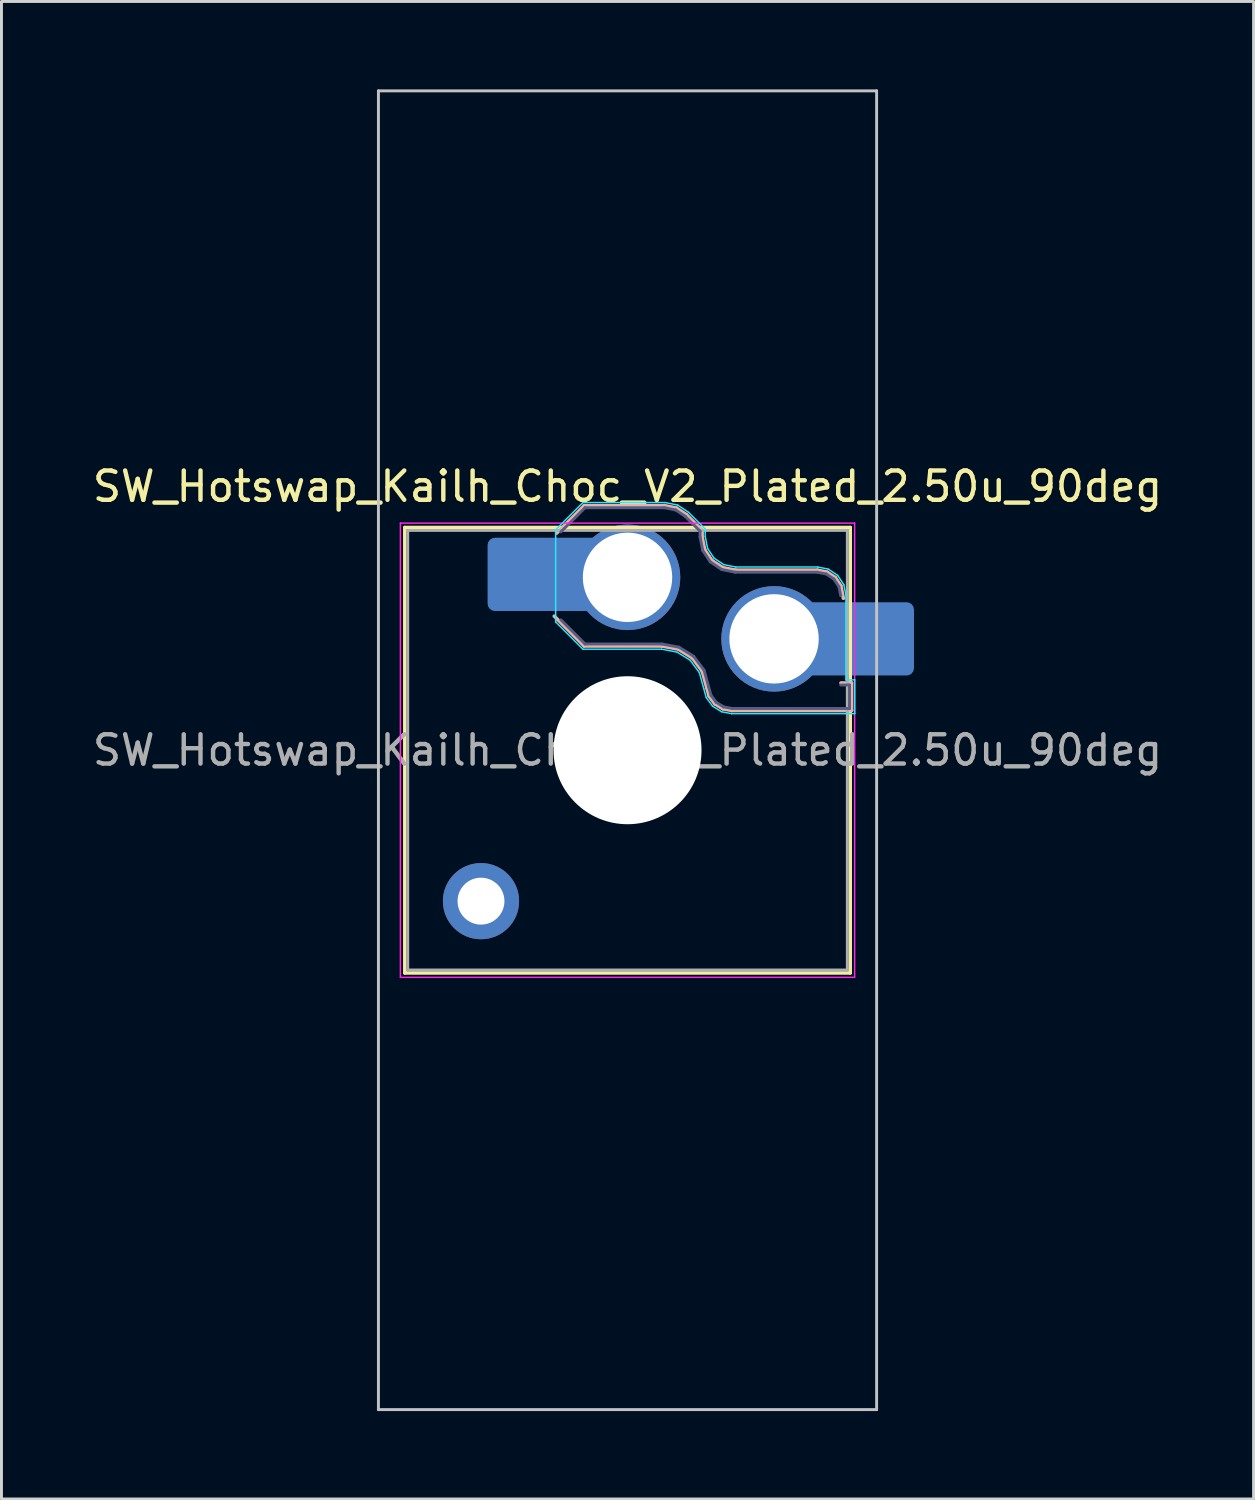
<source format=kicad_pcb>
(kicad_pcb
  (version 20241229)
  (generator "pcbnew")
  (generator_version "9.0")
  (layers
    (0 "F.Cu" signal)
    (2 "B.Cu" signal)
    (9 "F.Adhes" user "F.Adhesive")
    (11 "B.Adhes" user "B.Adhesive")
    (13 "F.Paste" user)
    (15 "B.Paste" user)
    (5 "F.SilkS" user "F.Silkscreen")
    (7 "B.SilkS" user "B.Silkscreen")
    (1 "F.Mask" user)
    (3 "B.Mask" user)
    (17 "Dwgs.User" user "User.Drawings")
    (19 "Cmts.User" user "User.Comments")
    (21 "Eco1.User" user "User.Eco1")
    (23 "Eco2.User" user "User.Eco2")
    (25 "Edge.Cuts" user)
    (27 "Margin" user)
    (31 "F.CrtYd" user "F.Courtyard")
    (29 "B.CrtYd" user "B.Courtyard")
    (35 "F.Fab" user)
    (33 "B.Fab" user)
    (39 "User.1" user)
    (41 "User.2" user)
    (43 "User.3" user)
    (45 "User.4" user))
  (footprint "SW_Hotswap_Kailh_Choc_V2_Plated_2.50u_90deg"
    (layer "F.Cu")
    (at 18.363 22.55)
    (property "Reference" "SW_Hotswap_Kailh_Choc_V2_Plated_2.50u_90deg" (at 0 -9 0) (layer "F.SilkS") (effects (font (size 1 1) (thickness 0.15))))
    (attr smd)
    (fp_line (start -7.6 -7.6) (end -7.6 7.6) (stroke (width 0.12) (type solid)) (layer "F.SilkS"))
    (fp_line (start -7.6 7.6) (end 7.6 7.6) (stroke (width 0.12) (type solid)) (layer "F.SilkS"))
    (fp_line (start 7.6 -7.6) (end -7.6 -7.6) (stroke (width 0.12) (type solid)) (layer "F.SilkS"))
    (fp_line (start 7.6 7.6) (end 7.6 -7.6) (stroke (width 0.12) (type solid)) (layer "F.SilkS"))
    (fp_line (start -2.416 -7.409) (end -1.479 -8.346) (stroke (width 0.12) (type solid)) (layer "B.SilkS"))
    (fp_line (start -1.479 -8.346) (end 1.268 -8.346) (stroke (width 0.12) (type solid)) (layer "B.SilkS"))
    (fp_line (start -1.479 -3.554) (end -2.5 -4.575) (stroke (width 0.12) (type solid)) (layer "B.SilkS"))
    (fp_line (start 1.168 -3.554) (end -1.479 -3.554) (stroke (width 0.12) (type solid)) (layer "B.SilkS"))
    (fp_line (start 1.268 -8.346) (end 1.671 -8.266) (stroke (width 0.12) (type solid)) (layer "B.SilkS"))
    (fp_line (start 1.671 -8.266) (end 2.013 -8.037) (stroke (width 0.12) (type solid)) (layer "B.SilkS"))
    (fp_line (start 1.73 -3.449) (end 1.168 -3.554) (stroke (width 0.12) (type solid)) (layer "B.SilkS"))
    (fp_line (start 2.013 -8.037) (end 2.546 -7.504) (stroke (width 0.12) (type solid)) (layer "B.SilkS"))
    (fp_line (start 2.209 -3.15) (end 1.73 -3.449) (stroke (width 0.12) (type solid)) (layer "B.SilkS"))
    (fp_line (start 2.546 -7.504) (end 2.546 -7.282) (stroke (width 0.12) (type solid)) (layer "B.SilkS"))
    (fp_line (start 2.546 -7.282) (end 2.633 -6.844) (stroke (width 0.12) (type solid)) (layer "B.SilkS"))
    (fp_line (start 2.547 -2.697) (end 2.209 -3.15) (stroke (width 0.12) (type solid)) (layer "B.SilkS"))
    (fp_line (start 2.633 -6.844) (end 2.877 -6.477) (stroke (width 0.12) (type solid)) (layer "B.SilkS"))
    (fp_line (start 2.701 -2.139) (end 2.547 -2.697) (stroke (width 0.12) (type solid)) (layer "B.SilkS"))
    (fp_line (start 2.783 -1.841) (end 2.701 -2.139) (stroke (width 0.12) (type solid)) (layer "B.SilkS"))
    (fp_line (start 2.877 -6.477) (end 3.244 -6.233) (stroke (width 0.12) (type solid)) (layer "B.SilkS"))
    (fp_line (start 2.976 -1.583) (end 2.783 -1.841) (stroke (width 0.12) (type solid)) (layer "B.SilkS"))
    (fp_line (start 3.244 -6.233) (end 3.682 -6.146) (stroke (width 0.12) (type solid)) (layer "B.SilkS"))
    (fp_line (start 3.25 -1.413) (end 2.976 -1.583) (stroke (width 0.12) (type solid)) (layer "B.SilkS"))
    (fp_line (start 3.56 -1.354) (end 3.25 -1.413) (stroke (width 0.12) (type solid)) (layer "B.SilkS"))
    (fp_line (start 3.682 -6.146) (end 6.482 -6.146) (stroke (width 0.12) (type solid)) (layer "B.SilkS"))
    (fp_line (start 6.482 -6.146) (end 6.809 -6.081) (stroke (width 0.12) (type solid)) (layer "B.SilkS"))
    (fp_line (start 6.809 -6.081) (end 7.092 -5.892) (stroke (width 0.12) (type solid)) (layer "B.SilkS"))
    (fp_line (start 7.092 -5.892) (end 7.281 -5.609) (stroke (width 0.12) (type solid)) (layer "B.SilkS"))
    (fp_line (start 7.281 -5.609) (end 7.366 -5.182) (stroke (width 0.12) (type solid)) (layer "B.SilkS"))
    (fp_line (start 7.283 -2.296) (end 7.646 -2.296) (stroke (width 0.12) (type solid)) (layer "B.SilkS"))
    (fp_line (start 7.646 -2.296) (end 7.646 -1.354) (stroke (width 0.12) (type solid)) (layer "B.SilkS"))
    (fp_line (start 7.646 -1.354) (end 3.56 -1.354) (stroke (width 0.12) (type solid)) (layer "B.SilkS"))
    (fp_line (start -8.5 -22.5) (end 8.5 -22.5) (stroke (width 0.1) (type solid)) (layer "Dwgs.User"))
    (fp_line (start -8.5 22.5) (end -8.5 -22.5) (stroke (width 0.1) (type solid)) (layer "Dwgs.User"))
    (fp_line (start 8.5 -22.5) (end 8.5 22.5) (stroke (width 0.1) (type solid)) (layer "Dwgs.User"))
    (fp_line (start 8.5 22.5) (end -8.5 22.5) (stroke (width 0.1) (type solid)) (layer "Dwgs.User"))
    (fp_line (start -7.25 -7.25) (end -7.25 7.25) (stroke (width 0.1) (type solid)) (layer "Eco1.User"))
    (fp_line (start -7.25 7.25) (end 7.25 7.25) (stroke (width 0.1) (type solid)) (layer "Eco1.User"))
    (fp_line (start 7.25 -7.25) (end -7.25 -7.25) (stroke (width 0.1) (type solid)) (layer "Eco1.User"))
    (fp_line (start 7.25 7.25) (end 7.25 -7.25) (stroke (width 0.1) (type solid)) (layer "Eco1.User"))
    (fp_line (start -2.452 -7.523) (end -1.523 -8.452) (stroke (width 0.05) (type solid)) (layer "B.CrtYd"))
    (fp_line (start -2.452 -4.377) (end -2.452 -7.523) (stroke (width 0.05) (type solid)) (layer "B.CrtYd"))
    (fp_line (start -1.523 -8.452) (end 1.278 -8.452) (stroke (width 0.05) (type solid)) (layer "B.CrtYd"))
    (fp_line (start -1.523 -3.448) (end -2.452 -4.377) (stroke (width 0.05) (type solid)) (layer "B.CrtYd"))
    (fp_line (start 1.159 -3.448) (end -1.523 -3.448) (stroke (width 0.05) (type solid)) (layer "B.CrtYd"))
    (fp_line (start 1.278 -8.452) (end 1.712 -8.366) (stroke (width 0.05) (type solid)) (layer "B.CrtYd"))
    (fp_line (start 1.691 -3.348) (end 1.159 -3.448) (stroke (width 0.05) (type solid)) (layer "B.CrtYd"))
    (fp_line (start 1.712 -8.366) (end 2.081 -8.119) (stroke (width 0.05) (type solid)) (layer "B.CrtYd"))
    (fp_line (start 2.081 -8.119) (end 2.652 -7.548) (stroke (width 0.05) (type solid)) (layer "B.CrtYd"))
    (fp_line (start 2.136 -3.071) (end 1.691 -3.348) (stroke (width 0.05) (type solid)) (layer "B.CrtYd"))
    (fp_line (start 2.45 -2.65) (end 2.136 -3.071) (stroke (width 0.05) (type solid)) (layer "B.CrtYd"))
    (fp_line (start 2.599 -2.111) (end 2.45 -2.65) (stroke (width 0.05) (type solid)) (layer "B.CrtYd"))
    (fp_line (start 2.652 -7.548) (end 2.652 -7.292) (stroke (width 0.05) (type solid)) (layer "B.CrtYd"))
    (fp_line (start 2.652 -7.292) (end 2.733 -6.885) (stroke (width 0.05) (type solid)) (layer "B.CrtYd"))
    (fp_line (start 2.687 -1.794) (end 2.599 -2.111) (stroke (width 0.05) (type solid)) (layer "B.CrtYd"))
    (fp_line (start 2.733 -6.885) (end 2.953 -6.553) (stroke (width 0.05) (type solid)) (layer "B.CrtYd"))
    (fp_line (start 2.903 -1.503) (end 2.687 -1.794) (stroke (width 0.05) (type solid)) (layer "B.CrtYd"))
    (fp_line (start 2.953 -6.553) (end 3.285 -6.333) (stroke (width 0.05) (type solid)) (layer "B.CrtYd"))
    (fp_line (start 3.211 -1.312) (end 2.903 -1.503) (stroke (width 0.05) (type solid)) (layer "B.CrtYd"))
    (fp_line (start 3.285 -6.333) (end 3.692 -6.252) (stroke (width 0.05) (type solid)) (layer "B.CrtYd"))
    (fp_line (start 3.55 -1.248) (end 3.211 -1.312) (stroke (width 0.05) (type solid)) (layer "B.CrtYd"))
    (fp_line (start 3.692 -6.252) (end 6.492 -6.252) (stroke (width 0.05) (type solid)) (layer "B.CrtYd"))
    (fp_line (start 6.492 -6.252) (end 6.85 -6.181) (stroke (width 0.05) (type solid)) (layer "B.CrtYd"))
    (fp_line (start 6.85 -6.181) (end 7.168 -5.968) (stroke (width 0.05) (type solid)) (layer "B.CrtYd"))
    (fp_line (start 7.168 -5.968) (end 7.381 -5.65) (stroke (width 0.05) (type solid)) (layer "B.CrtYd"))
    (fp_line (start 7.381 -5.65) (end 7.452 -5.292) (stroke (width 0.05) (type solid)) (layer "B.CrtYd"))
    (fp_line (start 7.452 -5.292) (end 7.452 -2.402) (stroke (width 0.05) (type solid)) (layer "B.CrtYd"))
    (fp_line (start 7.452 -2.402) (end 7.752 -2.402) (stroke (width 0.05) (type solid)) (layer "B.CrtYd"))
    (fp_line (start 7.752 -2.402) (end 7.752 -1.248) (stroke (width 0.05) (type solid)) (layer "B.CrtYd"))
    (fp_line (start 7.752 -1.248) (end 3.55 -1.248) (stroke (width 0.05) (type solid)) (layer "B.CrtYd"))
    (fp_line (start -7.75 -7.75) (end -7.75 7.75) (stroke (width 0.05) (type solid)) (layer "F.CrtYd"))
    (fp_line (start -7.75 7.75) (end 7.75 7.75) (stroke (width 0.05) (type solid)) (layer "F.CrtYd"))
    (fp_line (start 7.75 -7.75) (end -7.75 -7.75) (stroke (width 0.05) (type solid)) (layer "F.CrtYd"))
    (fp_line (start 7.75 7.75) (end 7.75 -7.75) (stroke (width 0.05) (type solid)) (layer "F.CrtYd"))
    (fp_line (start -2.275 -7.45) (end -1.45 -8.275) (stroke (width 0.1) (type solid)) (layer "B.Fab"))
    (fp_line (start -1.45 -8.275) (end 1.261 -8.275) (stroke (width 0.1) (type solid)) (layer "B.Fab"))
    (fp_line (start -1.45 -3.625) (end -2.275 -4.45) (stroke (width 0.1) (type solid)) (layer "B.Fab"))
    (fp_line (start 1.175 -3.625) (end -1.45 -3.625) (stroke (width 0.1) (type solid)) (layer "B.Fab"))
    (fp_line (start 1.261 -8.275) (end 1.643 -8.199) (stroke (width 0.1) (type solid)) (layer "B.Fab"))
    (fp_line (start 1.643 -8.199) (end 1.968 -7.982) (stroke (width 0.1) (type solid)) (layer "B.Fab"))
    (fp_line (start 1.756 -3.516) (end 1.175 -3.625) (stroke (width 0.1) (type solid)) (layer "B.Fab"))
    (fp_line (start 1.968 -7.982) (end 2.475 -7.475) (stroke (width 0.1) (type solid)) (layer "B.Fab"))
    (fp_line (start 2.258 -3.203) (end 1.756 -3.516) (stroke (width 0.1) (type solid)) (layer "B.Fab"))
    (fp_line (start 2.475 -7.475) (end 2.475 -7.275) (stroke (width 0.1) (type solid)) (layer "B.Fab"))
    (fp_line (start 2.475 -7.275) (end 2.566 -6.816) (stroke (width 0.1) (type solid)) (layer "B.Fab"))
    (fp_line (start 2.566 -6.816) (end 2.826 -6.426) (stroke (width 0.1) (type solid)) (layer "B.Fab"))
    (fp_line (start 2.612 -2.729) (end 2.258 -3.203) (stroke (width 0.1) (type solid)) (layer "B.Fab"))
    (fp_line (start 2.769 -2.158) (end 2.612 -2.729) (stroke (width 0.1) (type solid)) (layer "B.Fab"))
    (fp_line (start 2.826 -6.426) (end 3.216 -6.166) (stroke (width 0.1) (type solid)) (layer "B.Fab"))
    (fp_line (start 2.848 -1.873) (end 2.769 -2.158) (stroke (width 0.1) (type solid)) (layer "B.Fab"))
    (fp_line (start 3.025 -1.636) (end 2.848 -1.873) (stroke (width 0.1) (type solid)) (layer "B.Fab"))
    (fp_line (start 3.216 -6.166) (end 3.675 -6.075) (stroke (width 0.1) (type solid)) (layer "B.Fab"))
    (fp_line (start 3.276 -1.48) (end 3.025 -1.636) (stroke (width 0.1) (type solid)) (layer "B.Fab"))
    (fp_line (start 3.567 -1.425) (end 3.276 -1.48) (stroke (width 0.1) (type solid)) (layer "B.Fab"))
    (fp_line (start 3.675 -6.075) (end 6.475 -6.075) (stroke (width 0.1) (type solid)) (layer "B.Fab"))
    (fp_line (start 6.475 -6.075) (end 6.781 -6.014) (stroke (width 0.1) (type solid)) (layer "B.Fab"))
    (fp_line (start 6.781 -6.014) (end 7.041 -5.841) (stroke (width 0.1) (type solid)) (layer "B.Fab"))
    (fp_line (start 7.041 -5.841) (end 7.214 -5.581) (stroke (width 0.1) (type solid)) (layer "B.Fab"))
    (fp_line (start 7.214 -5.581) (end 7.275 -5.275) (stroke (width 0.1) (type solid)) (layer "B.Fab"))
    (fp_line (start 7.275 -2.225) (end 7.575 -2.225) (stroke (width 0.1) (type solid)) (layer "B.Fab"))
    (fp_line (start 7.575 -2.225) (end 7.575 -1.425) (stroke (width 0.1) (type solid)) (layer "B.Fab"))
    (fp_line (start 7.575 -1.425) (end 3.567 -1.425) (stroke (width 0.1) (type solid)) (layer "B.Fab"))
    (fp_line (start -7.5 -7.5) (end -7.5 7.5) (stroke (width 0.1) (type solid)) (layer "F.Fab"))
    (fp_line (start -7.5 7.5) (end 7.5 7.5) (stroke (width 0.1) (type solid)) (layer "F.Fab"))
    (fp_line (start 7.5 -7.5) (end -7.5 -7.5) (stroke (width 0.1) (type solid)) (layer "F.Fab"))
    (fp_line (start 7.5 7.5) (end 7.5 -7.5) (stroke (width 0.1) (type solid)) (layer "F.Fab"))
    (fp_text user "${REFERENCE}" (at 0 0 0) (layer "F.Fab") (effects (font (size 1 1) (thickness 0.15))))
    (pad "" thru_hole circle (at -5 5.15) (size 2.6 2.6) (drill 1.6) (layers "*.Cu" "*.Mask"))
    (pad "" smd roundrect (at -3.5 -6) (size 2.55 2.5) (layers "B.Mask" "B.Paste") (roundrect_rratio 0.1))
    (pad "" np_thru_hole circle (at 0 0) (size 5.05 5.05) (drill 5.05) (layers "*.Cu" "*.Mask"))
    (pad "" smd roundrect (at 8.5 -3.8) (size 2.55 2.5) (layers "B.Mask" "B.Paste") (roundrect_rratio 0.1))
    (pad "1" smd roundrect (at -2.85 -6) (size 3.85 2.5) (layers "B.Cu") (roundrect_rratio 0.1))
    (pad "1" thru_hole circle (at 0 -5.9) (size 3.6 3.6) (drill 3.05) (layers "*.Cu" "*.Mask"))
    (pad "2" thru_hole circle (at 5 -3.8) (size 3.6 3.6) (drill 3.05) (layers "*.Cu" "*.Mask"))
    (pad "2" smd roundrect (at 7.85 -3.8) (size 3.85 2.5) (layers "B.Cu") (roundrect_rratio 0.1)))
  (gr_rect
    (start -3 -3)
    (end 39.726 48.1)
    (stroke (width 0.1) (type default))
    (fill no)
    (layer "Edge.Cuts")))
</source>
